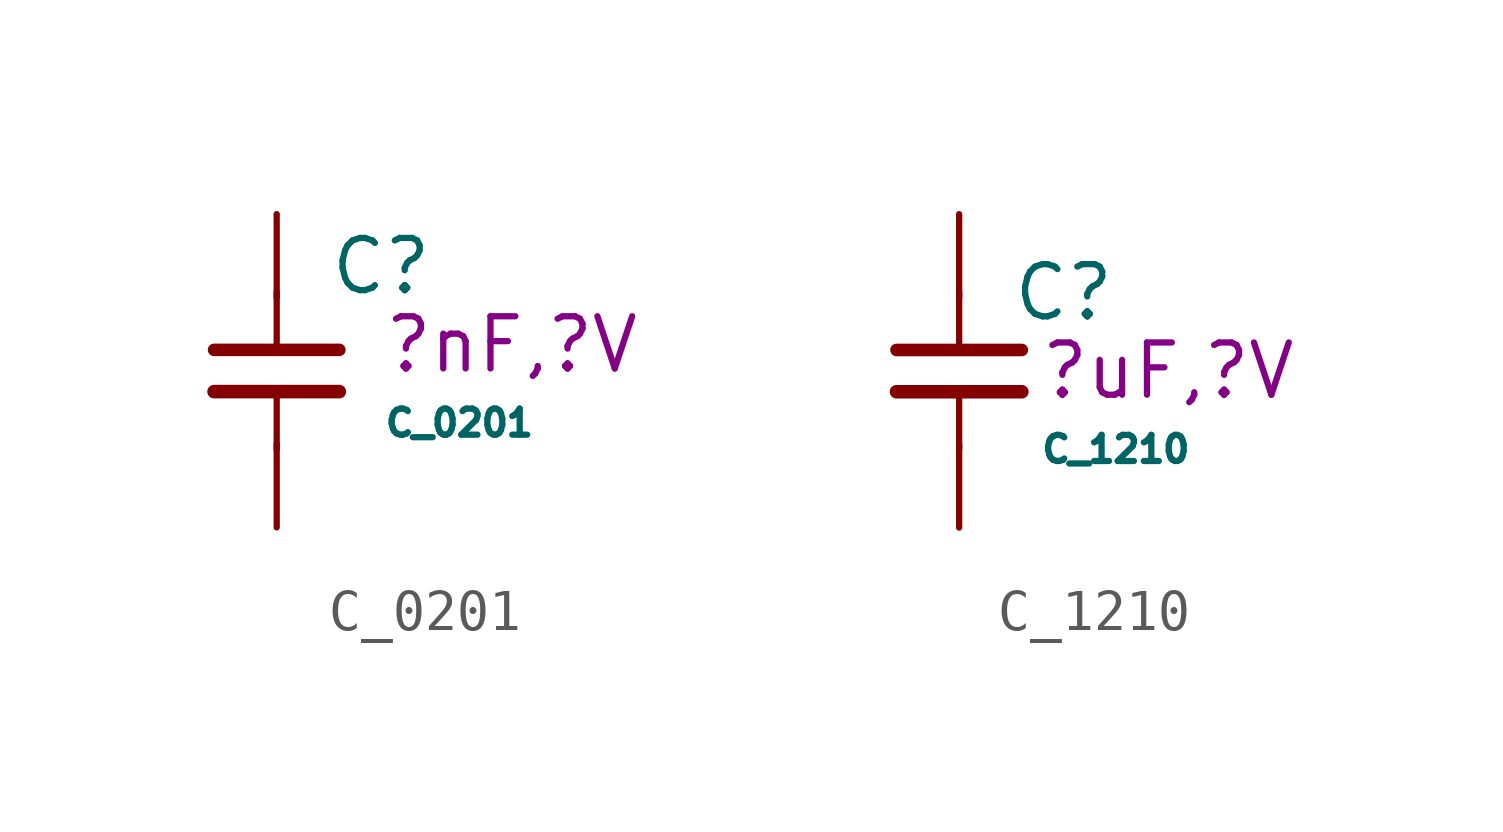
<source format=kicad_sym>
(kicad_symbol_lib
  (version 20211014)
  (generator kicad_symbol_editor)
  (symbol "C_0201"
    (pin_numbers hide)
    (pin_names
      (offset 1.016))
    (property "Reference" "C"
      (at 2.54 2.54 0)
      (effects (font (size 1.27 1.27))))
    (property "Value" "C_0201"
      (at 4.445 -1.27 0)
      (effects (font (size 0.635 0.635))))
    (property "Capacitance" "?nF,?V"
      (at 5.715 0.635 0)
      (effects (font (size 1.27 1.27))))
    (symbol "C_0201_1_1"
      (polyline (pts (xy -1.524 -0.508) (xy 1.524 -0.508)) (stroke (width 0.33) (type default) (color 0 0 0 0)) (fill (type none)))
      (polyline (pts (xy -1.524 0.508) (xy 1.524 0.508)) (stroke (width 0.305) (type default) (color 0 0 0 0)) (fill (type none)))
      (polyline (pts (xy 0 -1.905) (xy 0 -0.635)) (stroke (width 0) (type default) (color 0 0 0 0)) (fill (type none)))
      (polyline (pts (xy 0 0.635) (xy 0 1.905)) (stroke (width 0) (type default) (color 0 0 0 0)) (fill (type none)))
      (pin passive line (at 0 3.81 270) (length 2.032) (name "~" (effects (font (size 1.27 1.27)))) (number "1" (effects (font (size 1.27 1.27)))))
      (pin passive line (at 0 -3.81 90) (length 2.032) (name "~" (effects (font (size 1.27 1.27)))) (number "2" (effects (font (size 1.27 1.27)))))))
  (symbol "C_1210"
    (pin_numbers hide)
    (pin_names
      (offset 1.016))
    (property "Reference" "C"
      (at 2.54 1.905 0)
      (effects (font (size 1.27 1.27))))
    (property "Value" "C_1210"
      (at 3.81 -1.905 0)
      (effects (font (size 0.635 0.635))))
    (property "Capacitance" "?uF,?V"
      (at 5.08 0 0)
      (effects (font (size 1.27 1.27))))
    (symbol "C_1210_1_1"
      (polyline (pts (xy -1.524 -0.508) (xy 1.524 -0.508)) (stroke (width 0.33) (type default) (color 0 0 0 0)) (fill (type none)))
      (polyline (pts (xy -1.524 0.508) (xy 1.524 0.508)) (stroke (width 0.305) (type default) (color 0 0 0 0)) (fill (type none)))
      (polyline (pts (xy 0 -1.905) (xy 0 -0.635)) (stroke (width 0) (type default) (color 0 0 0 0)) (fill (type none)))
      (polyline (pts (xy 0 0.635) (xy 0 1.905)) (stroke (width 0) (type default) (color 0 0 0 0)) (fill (type none)))
      (pin passive line (at 0 3.81 270) (length 2.032) (name "~" (effects (font (size 1.27 1.27)))) (number "1" (effects (font (size 1.27 1.27)))))
      (pin passive line (at 0 -3.81 90) (length 2.032) (name "~" (effects (font (size 1.27 1.27)))) (number "2" (effects (font (size 1.27 1.27))))))))
</source>
